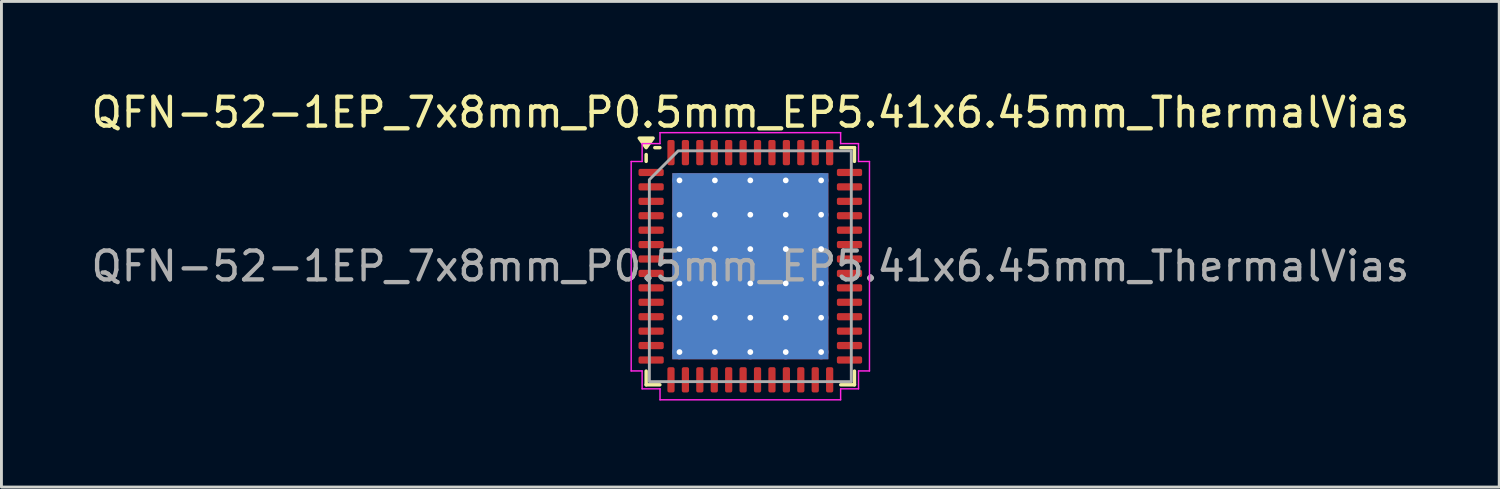
<source format=kicad_pcb>
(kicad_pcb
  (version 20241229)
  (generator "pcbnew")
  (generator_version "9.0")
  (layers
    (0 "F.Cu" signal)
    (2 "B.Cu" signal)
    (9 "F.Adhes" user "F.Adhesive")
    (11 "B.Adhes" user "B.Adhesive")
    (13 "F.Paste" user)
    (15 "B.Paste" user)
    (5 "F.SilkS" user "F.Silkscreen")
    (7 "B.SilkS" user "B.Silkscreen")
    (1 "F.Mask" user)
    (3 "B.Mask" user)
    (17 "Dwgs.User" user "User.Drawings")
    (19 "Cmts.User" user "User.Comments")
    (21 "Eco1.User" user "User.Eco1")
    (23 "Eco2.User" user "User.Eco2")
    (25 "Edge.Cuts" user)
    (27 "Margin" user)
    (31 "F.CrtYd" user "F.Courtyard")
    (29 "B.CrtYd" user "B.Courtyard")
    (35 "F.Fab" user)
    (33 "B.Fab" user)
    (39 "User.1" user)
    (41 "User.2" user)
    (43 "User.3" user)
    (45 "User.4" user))
  (footprint "QFN-52-1EP_7x8mm_P0.5mm_EP5.41x6.45mm_ThermalVias"
    (layer "F.Cu")
    (at 22.958 6.178)
    (property "Reference" "QFN-52-1EP_7x8mm_P0.5mm_EP5.41x6.45mm_ThermalVias" (at 0 -5.33 0) (layer "F.SilkS") (effects (font (size 1 1) (thickness 0.15))))
    (attr smd)
    (fp_line (start -3.61 -3.635) (end -3.61 -3.87) (stroke (width 0.12) (type solid)) (layer "F.SilkS"))
    (fp_line (start -3.61 4.11) (end -3.61 3.635) (stroke (width 0.12) (type solid)) (layer "F.SilkS"))
    (fp_line (start -3.135 -4.11) (end -3.31 -4.11) (stroke (width 0.12) (type solid)) (layer "F.SilkS"))
    (fp_line (start -3.135 4.11) (end -3.61 4.11) (stroke (width 0.12) (type solid)) (layer "F.SilkS"))
    (fp_line (start 3.135 -4.11) (end 3.61 -4.11) (stroke (width 0.12) (type solid)) (layer "F.SilkS"))
    (fp_line (start 3.135 4.11) (end 3.61 4.11) (stroke (width 0.12) (type solid)) (layer "F.SilkS"))
    (fp_line (start 3.61 -4.11) (end 3.61 -3.635) (stroke (width 0.12) (type solid)) (layer "F.SilkS"))
    (fp_line (start 3.61 4.11) (end 3.61 3.635) (stroke (width 0.12) (type solid)) (layer "F.SilkS"))
    (fp_poly (pts (xy -3.61 -4.11) (xy -3.85 -4.44) (xy -3.37 -4.44)) (stroke (width 0.12) (type solid)) (fill yes) (layer "F.SilkS"))
    (fp_line (start -4.13 -3.63) (end -3.75 -3.63) (stroke (width 0.05) (type solid)) (layer "F.CrtYd"))
    (fp_line (start -4.13 3.63) (end -4.13 -3.63) (stroke (width 0.05) (type solid)) (layer "F.CrtYd"))
    (fp_line (start -3.75 -4.25) (end -3.13 -4.25) (stroke (width 0.05) (type solid)) (layer "F.CrtYd"))
    (fp_line (start -3.75 -3.63) (end -3.75 -4.25) (stroke (width 0.05) (type solid)) (layer "F.CrtYd"))
    (fp_line (start -3.75 3.63) (end -4.13 3.63) (stroke (width 0.05) (type solid)) (layer "F.CrtYd"))
    (fp_line (start -3.75 4.25) (end -3.75 3.63) (stroke (width 0.05) (type solid)) (layer "F.CrtYd"))
    (fp_line (start -3.13 -4.63) (end 3.13 -4.63) (stroke (width 0.05) (type solid)) (layer "F.CrtYd"))
    (fp_line (start -3.13 -4.25) (end -3.13 -4.63) (stroke (width 0.05) (type solid)) (layer "F.CrtYd"))
    (fp_line (start -3.13 4.25) (end -3.75 4.25) (stroke (width 0.05) (type solid)) (layer "F.CrtYd"))
    (fp_line (start -3.13 4.63) (end -3.13 4.25) (stroke (width 0.05) (type solid)) (layer "F.CrtYd"))
    (fp_line (start 3.13 -4.63) (end 3.13 -4.25) (stroke (width 0.05) (type solid)) (layer "F.CrtYd"))
    (fp_line (start 3.13 -4.25) (end 3.75 -4.25) (stroke (width 0.05) (type solid)) (layer "F.CrtYd"))
    (fp_line (start 3.13 4.25) (end 3.13 4.63) (stroke (width 0.05) (type solid)) (layer "F.CrtYd"))
    (fp_line (start 3.13 4.63) (end -3.13 4.63) (stroke (width 0.05) (type solid)) (layer "F.CrtYd"))
    (fp_line (start 3.75 -4.25) (end 3.75 -3.63) (stroke (width 0.05) (type solid)) (layer "F.CrtYd"))
    (fp_line (start 3.75 -3.63) (end 4.13 -3.63) (stroke (width 0.05) (type solid)) (layer "F.CrtYd"))
    (fp_line (start 3.75 3.63) (end 3.75 4.25) (stroke (width 0.05) (type solid)) (layer "F.CrtYd"))
    (fp_line (start 3.75 4.25) (end 3.13 4.25) (stroke (width 0.05) (type solid)) (layer "F.CrtYd"))
    (fp_line (start 4.13 -3.63) (end 4.13 3.63) (stroke (width 0.05) (type solid)) (layer "F.CrtYd"))
    (fp_line (start 4.13 3.63) (end 3.75 3.63) (stroke (width 0.05) (type solid)) (layer "F.CrtYd"))
    (fp_poly (pts (xy -3.5 -3) (xy -3.5 4) (xy 3.5 4) (xy 3.5 -4) (xy -2.5 -4)) (stroke (width 0.1) (type solid)) (fill no) (layer "F.Fab"))
    (fp_text user "${REFERENCE}" (at 0 0 0) (layer "F.Fab") (effects (font (size 1 1) (thickness 0.15))))
    (pad "" smd roundrect (at -2.025 -2.58) (size 1.05 1) (layers "F.Paste") (roundrect_rratio 0.25))
    (pad "" smd roundrect (at -2.025 -1.29) (size 1.05 1) (layers "F.Paste") (roundrect_rratio 0.25))
    (pad "" smd roundrect (at -2.025 0) (size 1.05 1) (layers "F.Paste") (roundrect_rratio 0.25))
    (pad "" smd roundrect (at -2.025 1.29) (size 1.05 1) (layers "F.Paste") (roundrect_rratio 0.25))
    (pad "" smd roundrect (at -2.025 2.58) (size 1.05 1) (layers "F.Paste") (roundrect_rratio 0.25))
    (pad "" smd roundrect (at -0.675 -2.58) (size 1.05 1) (layers "F.Paste") (roundrect_rratio 0.25))
    (pad "" smd roundrect (at -0.675 -1.29) (size 1.05 1) (layers "F.Paste") (roundrect_rratio 0.25))
    (pad "" smd roundrect (at -0.675 0) (size 1.05 1) (layers "F.Paste") (roundrect_rratio 0.25))
    (pad "" smd roundrect (at -0.675 1.29) (size 1.05 1) (layers "F.Paste") (roundrect_rratio 0.25))
    (pad "" smd roundrect (at -0.675 2.58) (size 1.05 1) (layers "F.Paste") (roundrect_rratio 0.25))
    (pad "" smd roundrect (at 0.675 -2.58) (size 1.05 1) (layers "F.Paste") (roundrect_rratio 0.25))
    (pad "" smd roundrect (at 0.675 -1.29) (size 1.05 1) (layers "F.Paste") (roundrect_rratio 0.25))
    (pad "" smd roundrect (at 0.675 0) (size 1.05 1) (layers "F.Paste") (roundrect_rratio 0.25))
    (pad "" smd roundrect (at 0.675 1.29) (size 1.05 1) (layers "F.Paste") (roundrect_rratio 0.25))
    (pad "" smd roundrect (at 0.675 2.58) (size 1.05 1) (layers "F.Paste") (roundrect_rratio 0.25))
    (pad "" smd roundrect (at 2.025 -2.58) (size 1.05 1) (layers "F.Paste") (roundrect_rratio 0.25))
    (pad "" smd roundrect (at 2.025 -1.29) (size 1.05 1) (layers "F.Paste") (roundrect_rratio 0.25))
    (pad "" smd roundrect (at 2.025 0) (size 1.05 1) (layers "F.Paste") (roundrect_rratio 0.25))
    (pad "" smd roundrect (at 2.025 1.29) (size 1.05 1) (layers "F.Paste") (roundrect_rratio 0.25))
    (pad "" smd roundrect (at 2.025 2.58) (size 1.05 1) (layers "F.Paste") (roundrect_rratio 0.25))
    (pad "1" smd roundrect (at -3.438 -3.25) (size 0.875 0.25) (layers "F.Cu" "F.Mask" "F.Paste") (roundrect_rratio 0.25))
    (pad "2" smd roundrect (at -3.438 -2.75) (size 0.875 0.25) (layers "F.Cu" "F.Mask" "F.Paste") (roundrect_rratio 0.25))
    (pad "3" smd roundrect (at -3.438 -2.25) (size 0.875 0.25) (layers "F.Cu" "F.Mask" "F.Paste") (roundrect_rratio 0.25))
    (pad "4" smd roundrect (at -3.438 -1.75) (size 0.875 0.25) (layers "F.Cu" "F.Mask" "F.Paste") (roundrect_rratio 0.25))
    (pad "5" smd roundrect (at -3.438 -1.25) (size 0.875 0.25) (layers "F.Cu" "F.Mask" "F.Paste") (roundrect_rratio 0.25))
    (pad "6" smd roundrect (at -3.438 -0.75) (size 0.875 0.25) (layers "F.Cu" "F.Mask" "F.Paste") (roundrect_rratio 0.25))
    (pad "7" smd roundrect (at -3.438 -0.25) (size 0.875 0.25) (layers "F.Cu" "F.Mask" "F.Paste") (roundrect_rratio 0.25))
    (pad "8" smd roundrect (at -3.438 0.25) (size 0.875 0.25) (layers "F.Cu" "F.Mask" "F.Paste") (roundrect_rratio 0.25))
    (pad "9" smd roundrect (at -3.438 0.75) (size 0.875 0.25) (layers "F.Cu" "F.Mask" "F.Paste") (roundrect_rratio 0.25))
    (pad "10" smd roundrect (at -3.438 1.25) (size 0.875 0.25) (layers "F.Cu" "F.Mask" "F.Paste") (roundrect_rratio 0.25))
    (pad "11" smd roundrect (at -3.438 1.75) (size 0.875 0.25) (layers "F.Cu" "F.Mask" "F.Paste") (roundrect_rratio 0.25))
    (pad "12" smd roundrect (at -3.438 2.25) (size 0.875 0.25) (layers "F.Cu" "F.Mask" "F.Paste") (roundrect_rratio 0.25))
    (pad "13" smd roundrect (at -3.438 2.75) (size 0.875 0.25) (layers "F.Cu" "F.Mask" "F.Paste") (roundrect_rratio 0.25))
    (pad "14" smd roundrect (at -3.438 3.25) (size 0.875 0.25) (layers "F.Cu" "F.Mask" "F.Paste") (roundrect_rratio 0.25))
    (pad "15" smd roundrect (at -2.75 3.938) (size 0.25 0.875) (layers "F.Cu" "F.Mask" "F.Paste") (roundrect_rratio 0.25))
    (pad "16" smd roundrect (at -2.25 3.938) (size 0.25 0.875) (layers "F.Cu" "F.Mask" "F.Paste") (roundrect_rratio 0.25))
    (pad "17" smd roundrect (at -1.75 3.938) (size 0.25 0.875) (layers "F.Cu" "F.Mask" "F.Paste") (roundrect_rratio 0.25))
    (pad "18" smd roundrect (at -1.25 3.938) (size 0.25 0.875) (layers "F.Cu" "F.Mask" "F.Paste") (roundrect_rratio 0.25))
    (pad "19" smd roundrect (at -0.75 3.938) (size 0.25 0.875) (layers "F.Cu" "F.Mask" "F.Paste") (roundrect_rratio 0.25))
    (pad "20" smd roundrect (at -0.25 3.938) (size 0.25 0.875) (layers "F.Cu" "F.Mask" "F.Paste") (roundrect_rratio 0.25))
    (pad "21" smd roundrect (at 0.25 3.938) (size 0.25 0.875) (layers "F.Cu" "F.Mask" "F.Paste") (roundrect_rratio 0.25))
    (pad "22" smd roundrect (at 0.75 3.938) (size 0.25 0.875) (layers "F.Cu" "F.Mask" "F.Paste") (roundrect_rratio 0.25))
    (pad "23" smd roundrect (at 1.25 3.938) (size 0.25 0.875) (layers "F.Cu" "F.Mask" "F.Paste") (roundrect_rratio 0.25))
    (pad "24" smd roundrect (at 1.75 3.938) (size 0.25 0.875) (layers "F.Cu" "F.Mask" "F.Paste") (roundrect_rratio 0.25))
    (pad "25" smd roundrect (at 2.25 3.938) (size 0.25 0.875) (layers "F.Cu" "F.Mask" "F.Paste") (roundrect_rratio 0.25))
    (pad "26" smd roundrect (at 2.75 3.938) (size 0.25 0.875) (layers "F.Cu" "F.Mask" "F.Paste") (roundrect_rratio 0.25))
    (pad "27" smd roundrect (at 3.438 3.25) (size 0.875 0.25) (layers "F.Cu" "F.Mask" "F.Paste") (roundrect_rratio 0.25))
    (pad "28" smd roundrect (at 3.438 2.75) (size 0.875 0.25) (layers "F.Cu" "F.Mask" "F.Paste") (roundrect_rratio 0.25))
    (pad "29" smd roundrect (at 3.438 2.25) (size 0.875 0.25) (layers "F.Cu" "F.Mask" "F.Paste") (roundrect_rratio 0.25))
    (pad "30" smd roundrect (at 3.438 1.75) (size 0.875 0.25) (layers "F.Cu" "F.Mask" "F.Paste") (roundrect_rratio 0.25))
    (pad "31" smd roundrect (at 3.438 1.25) (size 0.875 0.25) (layers "F.Cu" "F.Mask" "F.Paste") (roundrect_rratio 0.25))
    (pad "32" smd roundrect (at 3.438 0.75) (size 0.875 0.25) (layers "F.Cu" "F.Mask" "F.Paste") (roundrect_rratio 0.25))
    (pad "33" smd roundrect (at 3.438 0.25) (size 0.875 0.25) (layers "F.Cu" "F.Mask" "F.Paste") (roundrect_rratio 0.25))
    (pad "34" smd roundrect (at 3.438 -0.25) (size 0.875 0.25) (layers "F.Cu" "F.Mask" "F.Paste") (roundrect_rratio 0.25))
    (pad "35" smd roundrect (at 3.438 -0.75) (size 0.875 0.25) (layers "F.Cu" "F.Mask" "F.Paste") (roundrect_rratio 0.25))
    (pad "36" smd roundrect (at 3.438 -1.25) (size 0.875 0.25) (layers "F.Cu" "F.Mask" "F.Paste") (roundrect_rratio 0.25))
    (pad "37" smd roundrect (at 3.438 -1.75) (size 0.875 0.25) (layers "F.Cu" "F.Mask" "F.Paste") (roundrect_rratio 0.25))
    (pad "38" smd roundrect (at 3.438 -2.25) (size 0.875 0.25) (layers "F.Cu" "F.Mask" "F.Paste") (roundrect_rratio 0.25))
    (pad "39" smd roundrect (at 3.438 -2.75) (size 0.875 0.25) (layers "F.Cu" "F.Mask" "F.Paste") (roundrect_rratio 0.25))
    (pad "40" smd roundrect (at 3.438 -3.25) (size 0.875 0.25) (layers "F.Cu" "F.Mask" "F.Paste") (roundrect_rratio 0.25))
    (pad "41" smd roundrect (at 2.75 -3.938) (size 0.25 0.875) (layers "F.Cu" "F.Mask" "F.Paste") (roundrect_rratio 0.25))
    (pad "42" smd roundrect (at 2.25 -3.938) (size 0.25 0.875) (layers "F.Cu" "F.Mask" "F.Paste") (roundrect_rratio 0.25))
    (pad "43" smd roundrect (at 1.75 -3.938) (size 0.25 0.875) (layers "F.Cu" "F.Mask" "F.Paste") (roundrect_rratio 0.25))
    (pad "44" smd roundrect (at 1.25 -3.938) (size 0.25 0.875) (layers "F.Cu" "F.Mask" "F.Paste") (roundrect_rratio 0.25))
    (pad "45" smd roundrect (at 0.75 -3.938) (size 0.25 0.875) (layers "F.Cu" "F.Mask" "F.Paste") (roundrect_rratio 0.25))
    (pad "46" smd roundrect (at 0.25 -3.938) (size 0.25 0.875) (layers "F.Cu" "F.Mask" "F.Paste") (roundrect_rratio 0.25))
    (pad "47" smd roundrect (at -0.25 -3.938) (size 0.25 0.875) (layers "F.Cu" "F.Mask" "F.Paste") (roundrect_rratio 0.25))
    (pad "48" smd roundrect (at -0.75 -3.938) (size 0.25 0.875) (layers "F.Cu" "F.Mask" "F.Paste") (roundrect_rratio 0.25))
    (pad "49" smd roundrect (at -1.25 -3.938) (size 0.25 0.875) (layers "F.Cu" "F.Mask" "F.Paste") (roundrect_rratio 0.25))
    (pad "50" smd roundrect (at -1.75 -3.938) (size 0.25 0.875) (layers "F.Cu" "F.Mask" "F.Paste") (roundrect_rratio 0.25))
    (pad "51" smd roundrect (at -2.25 -3.938) (size 0.25 0.875) (layers "F.Cu" "F.Mask" "F.Paste") (roundrect_rratio 0.25))
    (pad "52" smd roundrect (at -2.75 -3.938) (size 0.25 0.875) (layers "F.Cu" "F.Mask" "F.Paste") (roundrect_rratio 0.25))
    (pad "53" thru_hole circle (at -2.455 -2.975) (size 0.5 0.5) (drill 0.2) (property pad_prop_heatsink) (layers "*.Cu"))
    (pad "53" thru_hole circle (at -2.455 -1.785) (size 0.5 0.5) (drill 0.2) (property pad_prop_heatsink) (layers "*.Cu"))
    (pad "53" thru_hole circle (at -2.455 -0.595) (size 0.5 0.5) (drill 0.2) (property pad_prop_heatsink) (layers "*.Cu"))
    (pad "53" thru_hole circle (at -2.455 0.595) (size 0.5 0.5) (drill 0.2) (property pad_prop_heatsink) (layers "*.Cu"))
    (pad "53" thru_hole circle (at -2.455 1.785) (size 0.5 0.5) (drill 0.2) (property pad_prop_heatsink) (layers "*.Cu"))
    (pad "53" thru_hole circle (at -2.455 2.975) (size 0.5 0.5) (drill 0.2) (property pad_prop_heatsink) (layers "*.Cu"))
    (pad "53" thru_hole circle (at -1.228 -2.975) (size 0.5 0.5) (drill 0.2) (property pad_prop_heatsink) (layers "*.Cu"))
    (pad "53" thru_hole circle (at -1.228 -1.785) (size 0.5 0.5) (drill 0.2) (property pad_prop_heatsink) (layers "*.Cu"))
    (pad "53" thru_hole circle (at -1.228 -0.595) (size 0.5 0.5) (drill 0.2) (property pad_prop_heatsink) (layers "*.Cu"))
    (pad "53" thru_hole circle (at -1.228 0.595) (size 0.5 0.5) (drill 0.2) (property pad_prop_heatsink) (layers "*.Cu"))
    (pad "53" thru_hole circle (at -1.228 1.785) (size 0.5 0.5) (drill 0.2) (property pad_prop_heatsink) (layers "*.Cu"))
    (pad "53" thru_hole circle (at -1.228 2.975) (size 0.5 0.5) (drill 0.2) (property pad_prop_heatsink) (layers "*.Cu"))
    (pad "53" thru_hole circle (at 0 -2.975) (size 0.5 0.5) (drill 0.2) (property pad_prop_heatsink) (layers "*.Cu"))
    (pad "53" thru_hole circle (at 0 -1.785) (size 0.5 0.5) (drill 0.2) (property pad_prop_heatsink) (layers "*.Cu"))
    (pad "53" thru_hole circle (at 0 -0.595) (size 0.5 0.5) (drill 0.2) (property pad_prop_heatsink) (layers "*.Cu"))
    (pad "53" smd rect (at 0 0) (size 5.41 6.45) (property pad_prop_heatsink) (layers "F.Cu" "F.Mask"))
    (pad "53" smd rect (at 0 0) (size 5.41 6.45) (property pad_prop_heatsink) (layers "B.Cu"))
    (pad "53" thru_hole circle (at 0 0.595) (size 0.5 0.5) (drill 0.2) (property pad_prop_heatsink) (layers "*.Cu"))
    (pad "53" thru_hole circle (at 0 1.785) (size 0.5 0.5) (drill 0.2) (property pad_prop_heatsink) (layers "*.Cu"))
    (pad "53" thru_hole circle (at 0 2.975) (size 0.5 0.5) (drill 0.2) (property pad_prop_heatsink) (layers "*.Cu"))
    (pad "53" thru_hole circle (at 1.228 -2.975) (size 0.5 0.5) (drill 0.2) (property pad_prop_heatsink) (layers "*.Cu"))
    (pad "53" thru_hole circle (at 1.228 -1.785) (size 0.5 0.5) (drill 0.2) (property pad_prop_heatsink) (layers "*.Cu"))
    (pad "53" thru_hole circle (at 1.228 -0.595) (size 0.5 0.5) (drill 0.2) (property pad_prop_heatsink) (layers "*.Cu"))
    (pad "53" thru_hole circle (at 1.228 0.595) (size 0.5 0.5) (drill 0.2) (property pad_prop_heatsink) (layers "*.Cu"))
    (pad "53" thru_hole circle (at 1.228 1.785) (size 0.5 0.5) (drill 0.2) (property pad_prop_heatsink) (layers "*.Cu"))
    (pad "53" thru_hole circle (at 1.228 2.975) (size 0.5 0.5) (drill 0.2) (property pad_prop_heatsink) (layers "*.Cu"))
    (pad "53" thru_hole circle (at 2.455 -2.975) (size 0.5 0.5) (drill 0.2) (property pad_prop_heatsink) (layers "*.Cu"))
    (pad "53" thru_hole circle (at 2.455 -1.785) (size 0.5 0.5) (drill 0.2) (property pad_prop_heatsink) (layers "*.Cu"))
    (pad "53" thru_hole circle (at 2.455 -0.595) (size 0.5 0.5) (drill 0.2) (property pad_prop_heatsink) (layers "*.Cu"))
    (pad "53" thru_hole circle (at 2.455 0.595) (size 0.5 0.5) (drill 0.2) (property pad_prop_heatsink) (layers "*.Cu"))
    (pad "53" thru_hole circle (at 2.455 1.785) (size 0.5 0.5) (drill 0.2) (property pad_prop_heatsink) (layers "*.Cu"))
    (pad "53" thru_hole circle (at 2.455 2.975) (size 0.5 0.5) (drill 0.2) (property pad_prop_heatsink) (layers "*.Cu")))
  (gr_rect
    (start -3 -3)
    (end 48.917 13.833)
    (stroke (width 0.1) (type default))
    (fill no)
    (layer "Edge.Cuts")))
</source>
